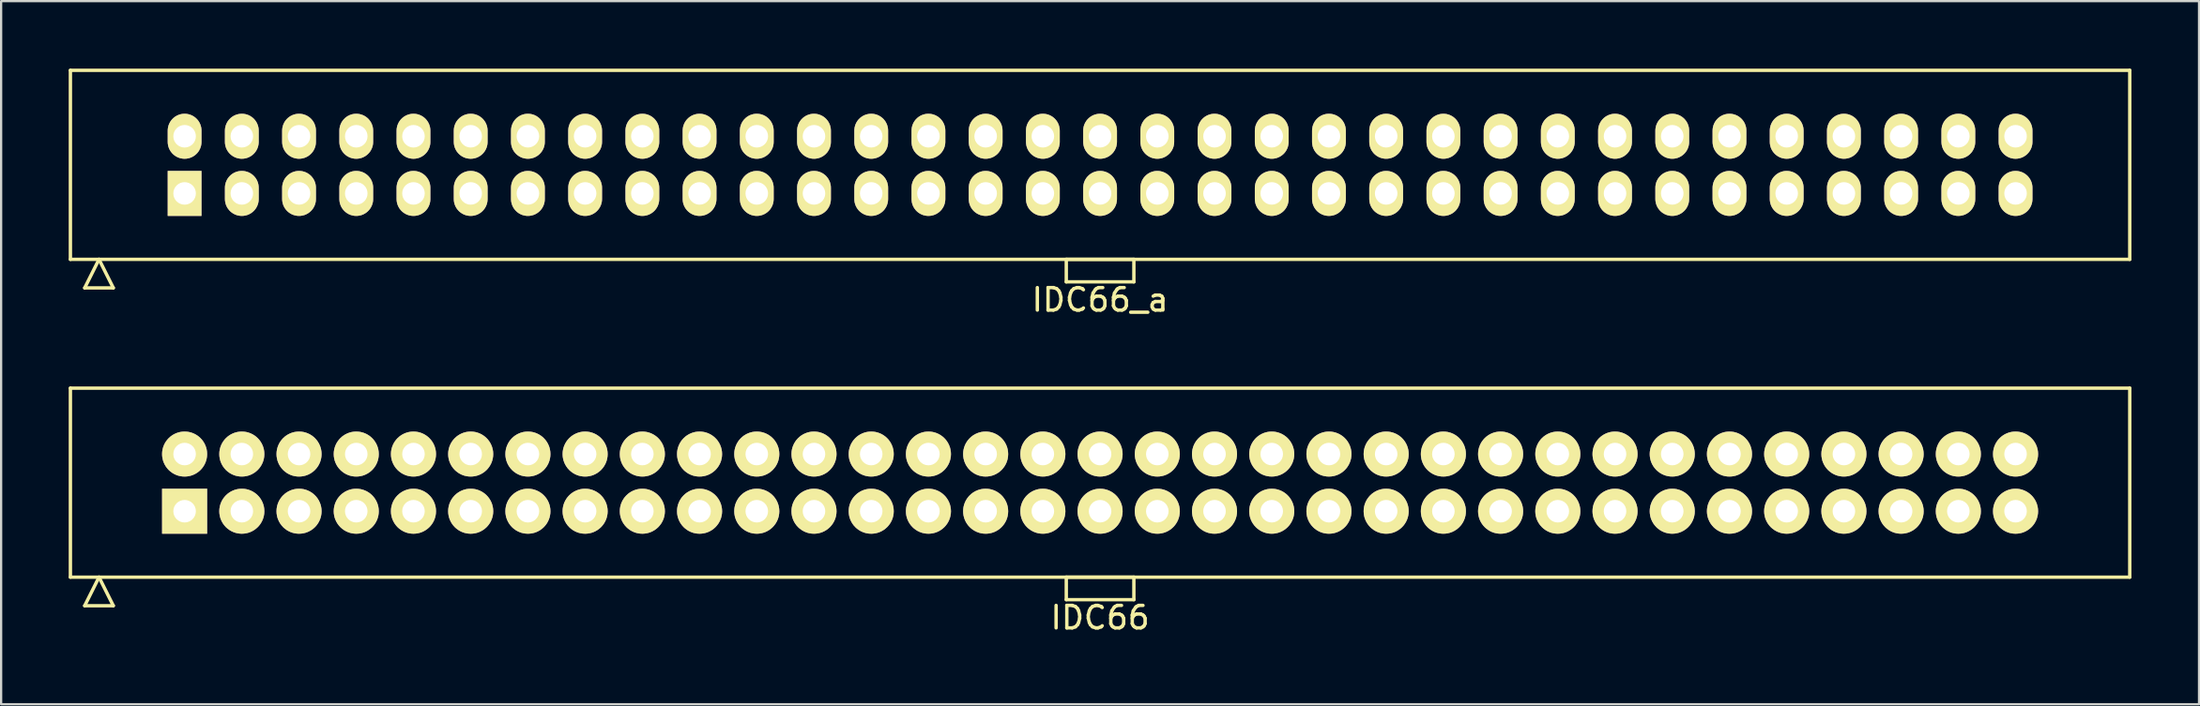
<source format=kicad_pcb>
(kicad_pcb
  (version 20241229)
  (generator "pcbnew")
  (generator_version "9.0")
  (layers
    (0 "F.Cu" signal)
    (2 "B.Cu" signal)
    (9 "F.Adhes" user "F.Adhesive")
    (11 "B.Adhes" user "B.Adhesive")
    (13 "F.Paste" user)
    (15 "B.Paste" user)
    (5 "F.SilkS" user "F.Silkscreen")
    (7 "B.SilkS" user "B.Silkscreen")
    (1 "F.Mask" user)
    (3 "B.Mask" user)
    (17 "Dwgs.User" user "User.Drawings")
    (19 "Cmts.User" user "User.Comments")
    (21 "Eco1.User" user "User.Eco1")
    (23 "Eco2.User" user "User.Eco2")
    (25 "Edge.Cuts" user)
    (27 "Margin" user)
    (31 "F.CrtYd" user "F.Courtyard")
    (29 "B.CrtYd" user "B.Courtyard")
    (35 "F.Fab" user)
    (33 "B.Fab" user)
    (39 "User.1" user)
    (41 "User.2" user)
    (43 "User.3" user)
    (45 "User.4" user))
  (footprint "IDC66_a"
    (layer "F.Cu")
    (at 45.785 4.275)
    (property "Reference" "IDC66_a" (at 0 6 0) (layer "F.SilkS") (effects (font (size 1 1) (thickness 0.15))))
    (attr through_hole)
    (fp_line (start -45.71 -4.2) (end -45.71 4.2) (stroke (width 0.15) (type solid)) (layer "F.SilkS"))
    (fp_line (start -45.71 4.2) (end 45.71 4.2) (stroke (width 0.15) (type solid)) (layer "F.SilkS"))
    (fp_line (start -45.075 5.47) (end -44.44 4.2) (stroke (width 0.15) (type solid)) (layer "F.SilkS"))
    (fp_line (start -45.075 5.47) (end -43.805 5.47) (stroke (width 0.15) (type solid)) (layer "F.SilkS"))
    (fp_line (start -43.805 5.47) (end -44.44 4.2) (stroke (width 0.15) (type solid)) (layer "F.SilkS"))
    (fp_line (start -1.5 4.2) (end -1.5 5.2) (stroke (width 0.15) (type solid)) (layer "F.SilkS"))
    (fp_line (start -1.5 5.2) (end 1.5 5.2) (stroke (width 0.15) (type solid)) (layer "F.SilkS"))
    (fp_line (start 1.5 4.2) (end -1.5 4.2) (stroke (width 0.15) (type solid)) (layer "F.SilkS"))
    (fp_line (start 1.5 5.2) (end 1.5 4.2) (stroke (width 0.15) (type solid)) (layer "F.SilkS"))
    (fp_line (start 45.71 -4.2) (end -45.71 -4.2) (stroke (width 0.15) (type solid)) (layer "F.SilkS"))
    (fp_line (start 45.71 4.2) (end 45.71 -4.2) (stroke (width 0.15) (type solid)) (layer "F.SilkS"))
    (pad "1" thru_hole rect (at -40.64 1.27) (size 1.5 2) (drill 1) (layers "*.Cu" "*.Mask" "F.SilkS"))
    (pad "2" thru_hole oval (at -40.64 -1.27) (size 1.5 2) (drill 1) (layers "*.Cu" "*.Mask" "F.SilkS"))
    (pad "3" thru_hole oval (at -38.1 1.27) (size 1.5 2) (drill 1) (layers "*.Cu" "*.Mask" "F.SilkS"))
    (pad "4" thru_hole oval (at -38.1 -1.27) (size 1.5 2) (drill 1) (layers "*.Cu" "*.Mask" "F.SilkS"))
    (pad "5" thru_hole oval (at -35.56 1.27) (size 1.5 2) (drill 1) (layers "*.Cu" "*.Mask" "F.SilkS"))
    (pad "6" thru_hole oval (at -35.56 -1.27) (size 1.5 2) (drill 1) (layers "*.Cu" "*.Mask" "F.SilkS"))
    (pad "7" thru_hole oval (at -33.02 1.27) (size 1.5 2) (drill 1) (layers "*.Cu" "*.Mask" "F.SilkS"))
    (pad "8" thru_hole oval (at -33.02 -1.27) (size 1.5 2) (drill 1) (layers "*.Cu" "*.Mask" "F.SilkS"))
    (pad "9" thru_hole oval (at -30.48 1.27) (size 1.5 2) (drill 1) (layers "*.Cu" "*.Mask" "F.SilkS"))
    (pad "10" thru_hole oval (at -30.48 -1.27) (size 1.5 2) (drill 1) (layers "*.Cu" "*.Mask" "F.SilkS"))
    (pad "11" thru_hole oval (at -27.94 1.27) (size 1.5 2) (drill 1) (layers "*.Cu" "*.Mask" "F.SilkS"))
    (pad "12" thru_hole oval (at -27.94 -1.27) (size 1.5 2) (drill 1) (layers "*.Cu" "*.Mask" "F.SilkS"))
    (pad "13" thru_hole oval (at -25.4 1.27) (size 1.5 2) (drill 1) (layers "*.Cu" "*.Mask" "F.SilkS"))
    (pad "14" thru_hole oval (at -25.4 -1.27) (size 1.5 2) (drill 1) (layers "*.Cu" "*.Mask" "F.SilkS"))
    (pad "15" thru_hole oval (at -22.86 1.27) (size 1.5 2) (drill 1) (layers "*.Cu" "*.Mask" "F.SilkS"))
    (pad "16" thru_hole oval (at -22.86 -1.27) (size 1.5 2) (drill 1) (layers "*.Cu" "*.Mask" "F.SilkS"))
    (pad "17" thru_hole oval (at -20.32 1.27) (size 1.5 2) (drill 1) (layers "*.Cu" "*.Mask" "F.SilkS"))
    (pad "18" thru_hole oval (at -20.32 -1.27) (size 1.5 2) (drill 1) (layers "*.Cu" "*.Mask" "F.SilkS"))
    (pad "19" thru_hole oval (at -17.78 1.27) (size 1.5 2) (drill 1) (layers "*.Cu" "*.Mask" "F.SilkS"))
    (pad "20" thru_hole oval (at -17.78 -1.27) (size 1.5 2) (drill 1) (layers "*.Cu" "*.Mask" "F.SilkS"))
    (pad "21" thru_hole oval (at -15.24 1.27) (size 1.5 2) (drill 1) (layers "*.Cu" "*.Mask" "F.SilkS"))
    (pad "22" thru_hole oval (at -15.24 -1.27) (size 1.5 2) (drill 1) (layers "*.Cu" "*.Mask" "F.SilkS"))
    (pad "23" thru_hole oval (at -12.7 1.27) (size 1.5 2) (drill 1) (layers "*.Cu" "*.Mask" "F.SilkS"))
    (pad "24" thru_hole oval (at -12.7 -1.27) (size 1.5 2) (drill 1) (layers "*.Cu" "*.Mask" "F.SilkS"))
    (pad "25" thru_hole oval (at -10.16 1.27) (size 1.5 2) (drill 1) (layers "*.Cu" "*.Mask" "F.SilkS"))
    (pad "26" thru_hole oval (at -10.16 -1.27) (size 1.5 2) (drill 1) (layers "*.Cu" "*.Mask" "F.SilkS"))
    (pad "27" thru_hole oval (at -7.62 1.27) (size 1.5 2) (drill 1) (layers "*.Cu" "*.Mask" "F.SilkS"))
    (pad "28" thru_hole oval (at -7.62 -1.27) (size 1.5 2) (drill 1) (layers "*.Cu" "*.Mask" "F.SilkS"))
    (pad "29" thru_hole oval (at -5.08 1.27) (size 1.5 2) (drill 1) (layers "*.Cu" "*.Mask" "F.SilkS"))
    (pad "30" thru_hole oval (at -5.08 -1.27) (size 1.5 2) (drill 1) (layers "*.Cu" "*.Mask" "F.SilkS"))
    (pad "31" thru_hole oval (at -2.54 1.27) (size 1.5 2) (drill 1) (layers "*.Cu" "*.Mask" "F.SilkS"))
    (pad "32" thru_hole oval (at -2.54 -1.27) (size 1.5 2) (drill 1) (layers "*.Cu" "*.Mask" "F.SilkS"))
    (pad "33" thru_hole oval (at 0 1.27) (size 1.5 2) (drill 1) (layers "*.Cu" "*.Mask" "F.SilkS"))
    (pad "34" thru_hole oval (at 0 -1.27) (size 1.5 2) (drill 1) (layers "*.Cu" "*.Mask" "F.SilkS"))
    (pad "35" thru_hole oval (at 2.54 1.27) (size 1.5 2) (drill 1) (layers "*.Cu" "*.Mask" "F.SilkS"))
    (pad "36" thru_hole oval (at 2.54 -1.27) (size 1.5 2) (drill 1) (layers "*.Cu" "*.Mask" "F.SilkS"))
    (pad "37" thru_hole oval (at 5.08 1.27) (size 1.5 2) (drill 1) (layers "*.Cu" "*.Mask" "F.SilkS"))
    (pad "38" thru_hole oval (at 5.08 -1.27) (size 1.5 2) (drill 1) (layers "*.Cu" "*.Mask" "F.SilkS"))
    (pad "39" thru_hole oval (at 7.62 1.27) (size 1.5 2) (drill 1) (layers "*.Cu" "*.Mask" "F.SilkS"))
    (pad "40" thru_hole oval (at 7.62 -1.27) (size 1.5 2) (drill 1) (layers "*.Cu" "*.Mask" "F.SilkS"))
    (pad "41" thru_hole oval (at 10.16 1.27) (size 1.5 2) (drill 1) (layers "*.Cu" "*.Mask" "F.SilkS"))
    (pad "42" thru_hole oval (at 10.16 -1.27) (size 1.5 2) (drill 1) (layers "*.Cu" "*.Mask" "F.SilkS"))
    (pad "43" thru_hole oval (at 12.7 1.27) (size 1.5 2) (drill 1) (layers "*.Cu" "*.Mask" "F.SilkS"))
    (pad "44" thru_hole oval (at 12.7 -1.27) (size 1.5 2) (drill 1) (layers "*.Cu" "*.Mask" "F.SilkS"))
    (pad "45" thru_hole oval (at 15.24 1.27) (size 1.5 2) (drill 1) (layers "*.Cu" "*.Mask" "F.SilkS"))
    (pad "46" thru_hole oval (at 15.24 -1.27) (size 1.5 2) (drill 1) (layers "*.Cu" "*.Mask" "F.SilkS"))
    (pad "47" thru_hole oval (at 17.78 1.27) (size 1.5 2) (drill 1) (layers "*.Cu" "*.Mask" "F.SilkS"))
    (pad "48" thru_hole oval (at 17.78 -1.27) (size 1.5 2) (drill 1) (layers "*.Cu" "*.Mask" "F.SilkS"))
    (pad "49" thru_hole oval (at 20.32 1.27) (size 1.5 2) (drill 1) (layers "*.Cu" "*.Mask" "F.SilkS"))
    (pad "50" thru_hole oval (at 20.32 -1.27) (size 1.5 2) (drill 1) (layers "*.Cu" "*.Mask" "F.SilkS"))
    (pad "51" thru_hole oval (at 22.86 1.27) (size 1.5 2) (drill 1) (layers "*.Cu" "*.Mask" "F.SilkS"))
    (pad "52" thru_hole oval (at 22.86 -1.27) (size 1.5 2) (drill 1) (layers "*.Cu" "*.Mask" "F.SilkS"))
    (pad "53" thru_hole oval (at 25.4 1.27) (size 1.5 2) (drill 1) (layers "*.Cu" "*.Mask" "F.SilkS"))
    (pad "54" thru_hole oval (at 25.4 -1.27) (size 1.5 2) (drill 1) (layers "*.Cu" "*.Mask" "F.SilkS"))
    (pad "55" thru_hole oval (at 27.94 1.27) (size 1.5 2) (drill 1) (layers "*.Cu" "*.Mask" "F.SilkS"))
    (pad "56" thru_hole oval (at 27.94 -1.27) (size 1.5 2) (drill 1) (layers "*.Cu" "*.Mask" "F.SilkS"))
    (pad "57" thru_hole oval (at 30.48 1.27) (size 1.5 2) (drill 1) (layers "*.Cu" "*.Mask" "F.SilkS"))
    (pad "58" thru_hole oval (at 30.48 -1.27) (size 1.5 2) (drill 1) (layers "*.Cu" "*.Mask" "F.SilkS"))
    (pad "59" thru_hole oval (at 33.02 1.27) (size 1.5 2) (drill 1) (layers "*.Cu" "*.Mask" "F.SilkS"))
    (pad "60" thru_hole oval (at 33.02 -1.27) (size 1.5 2) (drill 1) (layers "*.Cu" "*.Mask" "F.SilkS"))
    (pad "61" thru_hole oval (at 35.56 1.27) (size 1.5 2) (drill 1) (layers "*.Cu" "*.Mask" "F.SilkS"))
    (pad "62" thru_hole oval (at 35.56 -1.27) (size 1.5 2) (drill 1) (layers "*.Cu" "*.Mask" "F.SilkS"))
    (pad "63" thru_hole oval (at 38.1 1.27) (size 1.5 2) (drill 1) (layers "*.Cu" "*.Mask" "F.SilkS"))
    (pad "64" thru_hole oval (at 38.1 -1.27) (size 1.5 2) (drill 1) (layers "*.Cu" "*.Mask" "F.SilkS"))
    (pad "65" thru_hole oval (at 40.64 1.27) (size 1.5 2) (drill 1) (layers "*.Cu" "*.Mask" "F.SilkS"))
    (pad "66" thru_hole oval (at 40.64 -1.27) (size 1.5 2) (drill 1) (layers "*.Cu" "*.Mask" "F.SilkS")))
  (footprint "IDC66"
    (layer "F.Cu")
    (at 45.785 18.398)
    (property "Reference" "IDC66" (at 0 6 0) (layer "F.SilkS") (effects (font (size 1 1) (thickness 0.15))))
    (attr through_hole)
    (fp_line (start -45.71 -4.2) (end -45.71 4.2) (stroke (width 0.15) (type solid)) (layer "F.SilkS"))
    (fp_line (start -45.71 4.2) (end 45.71 4.2) (stroke (width 0.15) (type solid)) (layer "F.SilkS"))
    (fp_line (start -45.075 5.47) (end -44.44 4.2) (stroke (width 0.15) (type solid)) (layer "F.SilkS"))
    (fp_line (start -45.075 5.47) (end -43.805 5.47) (stroke (width 0.15) (type solid)) (layer "F.SilkS"))
    (fp_line (start -43.805 5.47) (end -44.44 4.2) (stroke (width 0.15) (type solid)) (layer "F.SilkS"))
    (fp_line (start -1.5 4.2) (end -1.5 5.2) (stroke (width 0.15) (type solid)) (layer "F.SilkS"))
    (fp_line (start -1.5 5.2) (end 1.5 5.2) (stroke (width 0.15) (type solid)) (layer "F.SilkS"))
    (fp_line (start 1.5 4.2) (end -1.5 4.2) (stroke (width 0.15) (type solid)) (layer "F.SilkS"))
    (fp_line (start 1.5 5.2) (end 1.5 4.2) (stroke (width 0.15) (type solid)) (layer "F.SilkS"))
    (fp_line (start 45.71 -4.2) (end -45.71 -4.2) (stroke (width 0.15) (type solid)) (layer "F.SilkS"))
    (fp_line (start 45.71 4.2) (end 45.71 -4.2) (stroke (width 0.15) (type solid)) (layer "F.SilkS"))
    (pad "1" thru_hole rect (at -40.64 1.27) (size 2 2) (drill 1) (layers "*.Cu" "*.Mask" "F.SilkS"))
    (pad "2" thru_hole oval (at -40.64 -1.27) (size 2 2) (drill 1) (layers "*.Cu" "*.Mask" "F.SilkS"))
    (pad "3" thru_hole oval (at -38.1 1.27) (size 2 2) (drill 1) (layers "*.Cu" "*.Mask" "F.SilkS"))
    (pad "4" thru_hole oval (at -38.1 -1.27) (size 2 2) (drill 1) (layers "*.Cu" "*.Mask" "F.SilkS"))
    (pad "5" thru_hole oval (at -35.56 1.27) (size 2 2) (drill 1) (layers "*.Cu" "*.Mask" "F.SilkS"))
    (pad "6" thru_hole oval (at -35.56 -1.27) (size 2 2) (drill 1) (layers "*.Cu" "*.Mask" "F.SilkS"))
    (pad "7" thru_hole oval (at -33.02 1.27) (size 2 2) (drill 1) (layers "*.Cu" "*.Mask" "F.SilkS"))
    (pad "8" thru_hole oval (at -33.02 -1.27) (size 2 2) (drill 1) (layers "*.Cu" "*.Mask" "F.SilkS"))
    (pad "9" thru_hole oval (at -30.48 1.27) (size 2 2) (drill 1) (layers "*.Cu" "*.Mask" "F.SilkS"))
    (pad "10" thru_hole oval (at -30.48 -1.27) (size 2 2) (drill 1) (layers "*.Cu" "*.Mask" "F.SilkS"))
    (pad "11" thru_hole oval (at -27.94 1.27) (size 2 2) (drill 1) (layers "*.Cu" "*.Mask" "F.SilkS"))
    (pad "12" thru_hole oval (at -27.94 -1.27) (size 2 2) (drill 1) (layers "*.Cu" "*.Mask" "F.SilkS"))
    (pad "13" thru_hole oval (at -25.4 1.27) (size 2 2) (drill 1) (layers "*.Cu" "*.Mask" "F.SilkS"))
    (pad "14" thru_hole oval (at -25.4 -1.27) (size 2 2) (drill 1) (layers "*.Cu" "*.Mask" "F.SilkS"))
    (pad "15" thru_hole oval (at -22.86 1.27) (size 2 2) (drill 1) (layers "*.Cu" "*.Mask" "F.SilkS"))
    (pad "16" thru_hole oval (at -22.86 -1.27) (size 2 2) (drill 1) (layers "*.Cu" "*.Mask" "F.SilkS"))
    (pad "17" thru_hole oval (at -20.32 1.27) (size 2 2) (drill 1) (layers "*.Cu" "*.Mask" "F.SilkS"))
    (pad "18" thru_hole oval (at -20.32 -1.27) (size 2 2) (drill 1) (layers "*.Cu" "*.Mask" "F.SilkS"))
    (pad "19" thru_hole oval (at -17.78 1.27) (size 2 2) (drill 1) (layers "*.Cu" "*.Mask" "F.SilkS"))
    (pad "20" thru_hole oval (at -17.78 -1.27) (size 2 2) (drill 1) (layers "*.Cu" "*.Mask" "F.SilkS"))
    (pad "21" thru_hole oval (at -15.24 1.27) (size 2 2) (drill 1) (layers "*.Cu" "*.Mask" "F.SilkS"))
    (pad "22" thru_hole oval (at -15.24 -1.27) (size 2 2) (drill 1) (layers "*.Cu" "*.Mask" "F.SilkS"))
    (pad "23" thru_hole oval (at -12.7 1.27) (size 2 2) (drill 1) (layers "*.Cu" "*.Mask" "F.SilkS"))
    (pad "24" thru_hole oval (at -12.7 -1.27) (size 2 2) (drill 1) (layers "*.Cu" "*.Mask" "F.SilkS"))
    (pad "25" thru_hole oval (at -10.16 1.27) (size 2 2) (drill 1) (layers "*.Cu" "*.Mask" "F.SilkS"))
    (pad "26" thru_hole oval (at -10.16 -1.27) (size 2 2) (drill 1) (layers "*.Cu" "*.Mask" "F.SilkS"))
    (pad "27" thru_hole oval (at -7.62 1.27) (size 2 2) (drill 1) (layers "*.Cu" "*.Mask" "F.SilkS"))
    (pad "28" thru_hole oval (at -7.62 -1.27) (size 2 2) (drill 1) (layers "*.Cu" "*.Mask" "F.SilkS"))
    (pad "29" thru_hole oval (at -5.08 1.27) (size 2 2) (drill 1) (layers "*.Cu" "*.Mask" "F.SilkS"))
    (pad "30" thru_hole oval (at -5.08 -1.27) (size 2 2) (drill 1) (layers "*.Cu" "*.Mask" "F.SilkS"))
    (pad "31" thru_hole oval (at -2.54 1.27) (size 2 2) (drill 1) (layers "*.Cu" "*.Mask" "F.SilkS"))
    (pad "32" thru_hole oval (at -2.54 -1.27) (size 2 2) (drill 1) (layers "*.Cu" "*.Mask" "F.SilkS"))
    (pad "33" thru_hole oval (at 0 1.27) (size 2 2) (drill 1) (layers "*.Cu" "*.Mask" "F.SilkS"))
    (pad "34" thru_hole oval (at 0 -1.27) (size 2 2) (drill 1) (layers "*.Cu" "*.Mask" "F.SilkS"))
    (pad "35" thru_hole oval (at 2.54 1.27) (size 2 2) (drill 1) (layers "*.Cu" "*.Mask" "F.SilkS"))
    (pad "36" thru_hole oval (at 2.54 -1.27) (size 2 2) (drill 1) (layers "*.Cu" "*.Mask" "F.SilkS"))
    (pad "37" thru_hole oval (at 5.08 1.27) (size 2 2) (drill 1) (layers "*.Cu" "*.Mask" "F.SilkS"))
    (pad "38" thru_hole oval (at 5.08 -1.27) (size 2 2) (drill 1) (layers "*.Cu" "*.Mask" "F.SilkS"))
    (pad "39" thru_hole oval (at 7.62 1.27) (size 2 2) (drill 1) (layers "*.Cu" "*.Mask" "F.SilkS"))
    (pad "40" thru_hole oval (at 7.62 -1.27) (size 2 2) (drill 1) (layers "*.Cu" "*.Mask" "F.SilkS"))
    (pad "41" thru_hole oval (at 10.16 1.27) (size 2 2) (drill 1) (layers "*.Cu" "*.Mask" "F.SilkS"))
    (pad "42" thru_hole oval (at 10.16 -1.27) (size 2 2) (drill 1) (layers "*.Cu" "*.Mask" "F.SilkS"))
    (pad "43" thru_hole oval (at 12.7 1.27) (size 2 2) (drill 1) (layers "*.Cu" "*.Mask" "F.SilkS"))
    (pad "44" thru_hole oval (at 12.7 -1.27) (size 2 2) (drill 1) (layers "*.Cu" "*.Mask" "F.SilkS"))
    (pad "45" thru_hole oval (at 15.24 1.27) (size 2 2) (drill 1) (layers "*.Cu" "*.Mask" "F.SilkS"))
    (pad "46" thru_hole oval (at 15.24 -1.27) (size 2 2) (drill 1) (layers "*.Cu" "*.Mask" "F.SilkS"))
    (pad "47" thru_hole oval (at 17.78 1.27) (size 2 2) (drill 1) (layers "*.Cu" "*.Mask" "F.SilkS"))
    (pad "48" thru_hole oval (at 17.78 -1.27) (size 2 2) (drill 1) (layers "*.Cu" "*.Mask" "F.SilkS"))
    (pad "49" thru_hole oval (at 20.32 1.27) (size 2 2) (drill 1) (layers "*.Cu" "*.Mask" "F.SilkS"))
    (pad "50" thru_hole oval (at 20.32 -1.27) (size 2 2) (drill 1) (layers "*.Cu" "*.Mask" "F.SilkS"))
    (pad "51" thru_hole oval (at 22.86 1.27) (size 2 2) (drill 1) (layers "*.Cu" "*.Mask" "F.SilkS"))
    (pad "52" thru_hole oval (at 22.86 -1.27) (size 2 2) (drill 1) (layers "*.Cu" "*.Mask" "F.SilkS"))
    (pad "53" thru_hole oval (at 25.4 1.27) (size 2 2) (drill 1) (layers "*.Cu" "*.Mask" "F.SilkS"))
    (pad "54" thru_hole oval (at 25.4 -1.27) (size 2 2) (drill 1) (layers "*.Cu" "*.Mask" "F.SilkS"))
    (pad "55" thru_hole oval (at 27.94 1.27) (size 2 2) (drill 1) (layers "*.Cu" "*.Mask" "F.SilkS"))
    (pad "56" thru_hole oval (at 27.94 -1.27) (size 2 2) (drill 1) (layers "*.Cu" "*.Mask" "F.SilkS"))
    (pad "57" thru_hole oval (at 30.48 1.27) (size 2 2) (drill 1) (layers "*.Cu" "*.Mask" "F.SilkS"))
    (pad "58" thru_hole oval (at 30.48 -1.27) (size 2 2) (drill 1) (layers "*.Cu" "*.Mask" "F.SilkS"))
    (pad "59" thru_hole oval (at 33.02 1.27) (size 2 2) (drill 1) (layers "*.Cu" "*.Mask" "F.SilkS"))
    (pad "60" thru_hole oval (at 33.02 -1.27) (size 2 2) (drill 1) (layers "*.Cu" "*.Mask" "F.SilkS"))
    (pad "61" thru_hole oval (at 35.56 1.27) (size 2 2) (drill 1) (layers "*.Cu" "*.Mask" "F.SilkS"))
    (pad "62" thru_hole oval (at 35.56 -1.27) (size 2 2) (drill 1) (layers "*.Cu" "*.Mask" "F.SilkS"))
    (pad "63" thru_hole oval (at 38.1 1.27) (size 2 2) (drill 1) (layers "*.Cu" "*.Mask" "F.SilkS"))
    (pad "64" thru_hole oval (at 38.1 -1.27) (size 2 2) (drill 1) (layers "*.Cu" "*.Mask" "F.SilkS"))
    (pad "65" thru_hole oval (at 40.64 1.27) (size 2 2) (drill 1) (layers "*.Cu" "*.Mask" "F.SilkS"))
    (pad "66" thru_hole oval (at 40.64 -1.27) (size 2 2) (drill 1) (layers "*.Cu" "*.Mask" "F.SilkS")))
  (gr_rect
    (start -3 -3)
    (end 94.57 28.247)
    (stroke (width 0.1) (type default))
    (fill no)
    (layer "Edge.Cuts")))
</source>
